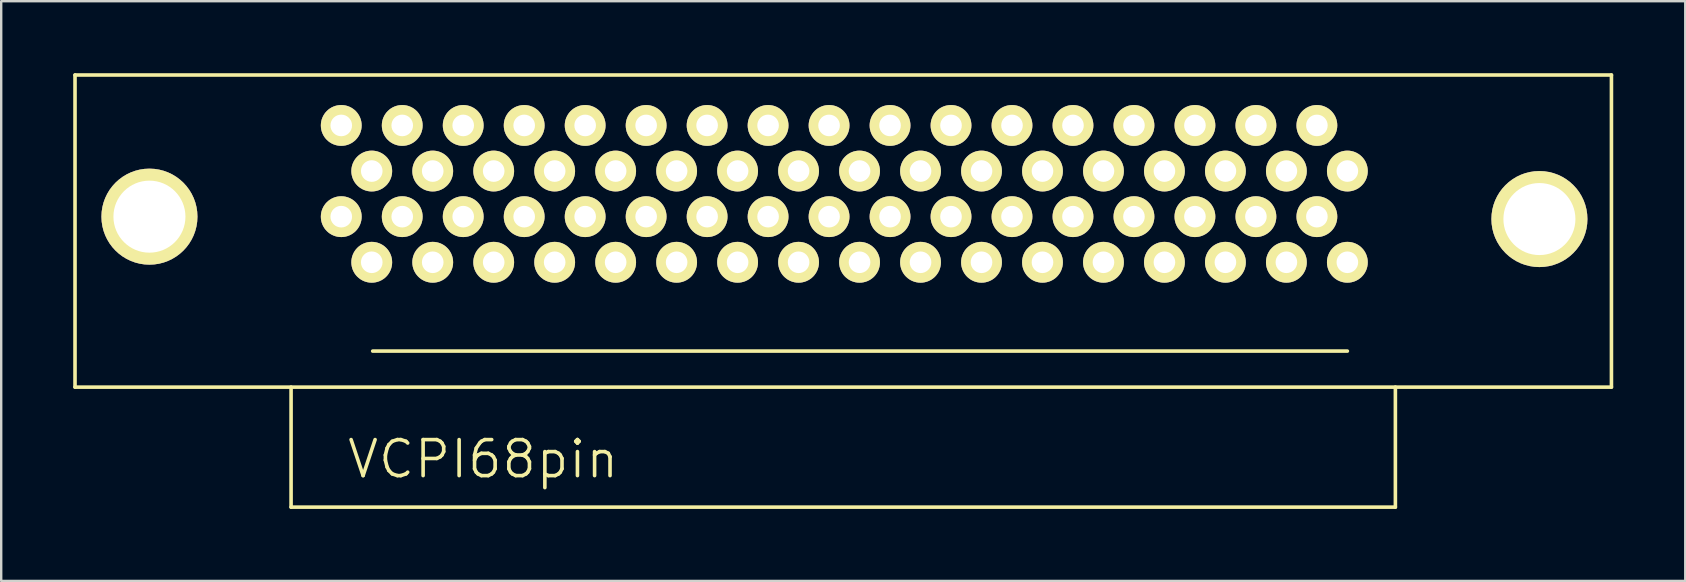
<source format=kicad_pcb>
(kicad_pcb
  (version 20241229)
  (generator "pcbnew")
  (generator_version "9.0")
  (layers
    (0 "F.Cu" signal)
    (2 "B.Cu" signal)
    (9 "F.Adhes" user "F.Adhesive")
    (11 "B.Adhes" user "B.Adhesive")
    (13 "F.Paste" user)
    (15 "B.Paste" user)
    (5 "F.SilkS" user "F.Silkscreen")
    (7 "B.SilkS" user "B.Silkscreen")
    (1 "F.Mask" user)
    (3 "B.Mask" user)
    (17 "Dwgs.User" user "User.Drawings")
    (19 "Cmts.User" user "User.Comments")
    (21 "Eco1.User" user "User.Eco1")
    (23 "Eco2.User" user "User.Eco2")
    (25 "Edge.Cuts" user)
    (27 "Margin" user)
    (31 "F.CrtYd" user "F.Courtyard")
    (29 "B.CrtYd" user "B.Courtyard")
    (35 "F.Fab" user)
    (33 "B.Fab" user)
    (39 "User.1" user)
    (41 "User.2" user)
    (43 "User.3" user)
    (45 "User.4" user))
  (footprint "VCPI68pin"
    (layer "F.Cu")
    (at 32.12 11.725)
    (property "Reference" "VCPI68pin" (at -15.045 4.35 0) (layer "F.SilkS") (effects (font (size 1.5 1.5) (thickness 0.15))))
    (attr through_hole)
    (fp_line (start -32.045 -11.65) (end -32.045 1.35) (stroke (width 0.15) (type solid)) (layer "F.SilkS"))
    (fp_line (start -32.045 1.35) (end 31.955 1.35) (stroke (width 0.15) (type solid)) (layer "F.SilkS"))
    (fp_line (start -23.045 1.35) (end -23.045 6.35) (stroke (width 0.15) (type solid)) (layer "F.SilkS"))
    (fp_line (start -23.045 6.35) (end 22.955 6.35) (stroke (width 0.15) (type solid)) (layer "F.SilkS"))
    (fp_line (start -19.645 -0.15) (end 20.955 -0.15) (stroke (width 0.15) (type solid)) (layer "F.SilkS"))
    (fp_line (start 22.955 6.35) (end 22.955 1.35) (stroke (width 0.15) (type solid)) (layer "F.SilkS"))
    (fp_line (start 31.955 -11.65) (end -32.045 -11.65) (stroke (width 0.15) (type solid)) (layer "F.SilkS"))
    (fp_line (start 31.955 1.35) (end 31.955 -11.65) (stroke (width 0.15) (type solid)) (layer "F.SilkS"))
    (pad "1" thru_hole circle (at 20.955 -7.65) (size 1.7 1.7) (drill 0.9) (layers "*.Cu" "*.Mask" "F.SilkS"))
    (pad "2" thru_hole circle (at 19.685 -9.55) (size 1.7 1.7) (drill 0.9) (layers "*.Cu" "*.Mask" "F.SilkS"))
    (pad "3" thru_hole circle (at 18.415 -7.65) (size 1.7 1.7) (drill 0.9) (layers "*.Cu" "*.Mask" "F.SilkS"))
    (pad "4" thru_hole circle (at 17.145 -9.55) (size 1.7 1.7) (drill 0.9) (layers "*.Cu" "*.Mask" "F.SilkS"))
    (pad "5" thru_hole circle (at 15.875 -7.65) (size 1.7 1.7) (drill 0.9) (layers "*.Cu" "*.Mask" "F.SilkS"))
    (pad "6" thru_hole circle (at 14.605 -9.55) (size 1.7 1.7) (drill 0.9) (layers "*.Cu" "*.Mask" "F.SilkS"))
    (pad "7" thru_hole circle (at 13.335 -7.65) (size 1.7 1.7) (drill 0.9) (layers "*.Cu" "*.Mask" "F.SilkS"))
    (pad "8" thru_hole circle (at 12.065 -9.55) (size 1.7 1.7) (drill 0.9) (layers "*.Cu" "*.Mask" "F.SilkS"))
    (pad "9" thru_hole circle (at 10.795 -7.65) (size 1.7 1.7) (drill 0.9) (layers "*.Cu" "*.Mask" "F.SilkS"))
    (pad "10" thru_hole circle (at 9.525 -9.55) (size 1.7 1.7) (drill 0.9) (layers "*.Cu" "*.Mask" "F.SilkS"))
    (pad "11" thru_hole circle (at 8.255 -7.65) (size 1.7 1.7) (drill 0.9) (layers "*.Cu" "*.Mask" "F.SilkS"))
    (pad "12" thru_hole circle (at 6.985 -9.55) (size 1.7 1.7) (drill 0.9) (layers "*.Cu" "*.Mask" "F.SilkS"))
    (pad "13" thru_hole circle (at 5.715 -7.65) (size 1.7 1.7) (drill 0.9) (layers "*.Cu" "*.Mask" "F.SilkS"))
    (pad "14" thru_hole circle (at 4.445 -9.55) (size 1.7 1.7) (drill 0.9) (layers "*.Cu" "*.Mask" "F.SilkS"))
    (pad "15" thru_hole circle (at 3.175 -7.65) (size 1.7 1.7) (drill 0.9) (layers "*.Cu" "*.Mask" "F.SilkS"))
    (pad "16" thru_hole circle (at 1.905 -9.55) (size 1.7 1.7) (drill 0.9) (layers "*.Cu" "*.Mask" "F.SilkS"))
    (pad "17" thru_hole circle (at 0.635 -7.65) (size 1.7 1.7) (drill 0.9) (layers "*.Cu" "*.Mask" "F.SilkS"))
    (pad "18" thru_hole circle (at -0.635 -9.55) (size 1.7 1.7) (drill 0.9) (layers "*.Cu" "*.Mask" "F.SilkS"))
    (pad "19" thru_hole circle (at -1.905 -7.65) (size 1.7 1.7) (drill 0.9) (layers "*.Cu" "*.Mask" "F.SilkS"))
    (pad "20" thru_hole circle (at -3.175 -9.55) (size 1.7 1.7) (drill 0.9) (layers "*.Cu" "*.Mask" "F.SilkS"))
    (pad "21" thru_hole circle (at -4.445 -7.65) (size 1.7 1.7) (drill 0.9) (layers "*.Cu" "*.Mask" "F.SilkS"))
    (pad "22" thru_hole circle (at -5.715 -9.55) (size 1.7 1.7) (drill 0.9) (layers "*.Cu" "*.Mask" "F.SilkS"))
    (pad "23" thru_hole circle (at -6.985 -7.65) (size 1.7 1.7) (drill 0.9) (layers "*.Cu" "*.Mask" "F.SilkS"))
    (pad "24" thru_hole circle (at -8.255 -9.55) (size 1.7 1.7) (drill 0.9) (layers "*.Cu" "*.Mask" "F.SilkS"))
    (pad "25" thru_hole circle (at -9.525 -7.65) (size 1.7 1.7) (drill 0.9) (layers "*.Cu" "*.Mask" "F.SilkS"))
    (pad "26" thru_hole circle (at -10.795 -9.55) (size 1.7 1.7) (drill 0.9) (layers "*.Cu" "*.Mask" "F.SilkS"))
    (pad "27" thru_hole circle (at -12.065 -7.65) (size 1.7 1.7) (drill 0.9) (layers "*.Cu" "*.Mask" "F.SilkS"))
    (pad "28" thru_hole circle (at -13.335 -9.55) (size 1.7 1.7) (drill 0.9) (layers "*.Cu" "*.Mask" "F.SilkS"))
    (pad "29" thru_hole circle (at -14.605 -7.65) (size 1.7 1.7) (drill 0.9) (layers "*.Cu" "*.Mask" "F.SilkS"))
    (pad "30" thru_hole circle (at -15.875 -9.55) (size 1.7 1.7) (drill 0.9) (layers "*.Cu" "*.Mask" "F.SilkS"))
    (pad "31" thru_hole circle (at -17.145 -7.65) (size 1.7 1.7) (drill 0.9) (layers "*.Cu" "*.Mask" "F.SilkS"))
    (pad "32" thru_hole circle (at -18.415 -9.55) (size 1.7 1.7) (drill 0.9) (layers "*.Cu" "*.Mask" "F.SilkS"))
    (pad "33" thru_hole circle (at -19.685 -7.65) (size 1.7 1.7) (drill 0.9) (layers "*.Cu" "*.Mask" "F.SilkS"))
    (pad "34" thru_hole circle (at -20.955 -9.55) (size 1.7 1.7) (drill 0.9) (layers "*.Cu" "*.Mask" "F.SilkS"))
    (pad "35" thru_hole circle (at 20.955 -3.85) (size 1.7 1.7) (drill 0.9) (layers "*.Cu" "*.Mask" "F.SilkS"))
    (pad "36" thru_hole circle (at 19.685 -5.75) (size 1.7 1.7) (drill 0.9) (layers "*.Cu" "*.Mask" "F.SilkS"))
    (pad "37" thru_hole circle (at 18.415 -3.85) (size 1.7 1.7) (drill 0.9) (layers "*.Cu" "*.Mask" "F.SilkS"))
    (pad "38" thru_hole circle (at 17.145 -5.75) (size 1.7 1.7) (drill 0.9) (layers "*.Cu" "*.Mask" "F.SilkS"))
    (pad "39" thru_hole circle (at 15.875 -3.85) (size 1.7 1.7) (drill 0.9) (layers "*.Cu" "*.Mask" "F.SilkS"))
    (pad "40" thru_hole circle (at 14.605 -5.75) (size 1.7 1.7) (drill 0.9) (layers "*.Cu" "*.Mask" "F.SilkS"))
    (pad "41" thru_hole circle (at 13.335 -3.85) (size 1.7 1.7) (drill 0.9) (layers "*.Cu" "*.Mask" "F.SilkS"))
    (pad "42" thru_hole circle (at 12.065 -5.75) (size 1.7 1.7) (drill 0.9) (layers "*.Cu" "*.Mask" "F.SilkS"))
    (pad "43" thru_hole circle (at 10.795 -3.85) (size 1.7 1.7) (drill 0.9) (layers "*.Cu" "*.Mask" "F.SilkS"))
    (pad "44" thru_hole circle (at 9.525 -5.75) (size 1.7 1.7) (drill 0.9) (layers "*.Cu" "*.Mask" "F.SilkS"))
    (pad "45" thru_hole circle (at 8.255 -3.85) (size 1.7 1.7) (drill 0.9) (layers "*.Cu" "*.Mask" "F.SilkS"))
    (pad "46" thru_hole circle (at 6.985 -5.75) (size 1.7 1.7) (drill 0.9) (layers "*.Cu" "*.Mask" "F.SilkS"))
    (pad "47" thru_hole circle (at 5.715 -3.85) (size 1.7 1.7) (drill 0.9) (layers "*.Cu" "*.Mask" "F.SilkS"))
    (pad "48" thru_hole circle (at 4.445 -5.75) (size 1.7 1.7) (drill 0.9) (layers "*.Cu" "*.Mask" "F.SilkS"))
    (pad "49" thru_hole circle (at 3.175 -3.85) (size 1.7 1.7) (drill 0.9) (layers "*.Cu" "*.Mask" "F.SilkS"))
    (pad "50" thru_hole circle (at 1.905 -5.75) (size 1.7 1.7) (drill 0.9) (layers "*.Cu" "*.Mask" "F.SilkS"))
    (pad "51" thru_hole circle (at 0.635 -3.85) (size 1.7 1.7) (drill 0.9) (layers "*.Cu" "*.Mask" "F.SilkS"))
    (pad "52" thru_hole circle (at -0.635 -5.75) (size 1.7 1.7) (drill 0.9) (layers "*.Cu" "*.Mask" "F.SilkS"))
    (pad "53" thru_hole circle (at -1.905 -3.85) (size 1.7 1.7) (drill 0.9) (layers "*.Cu" "*.Mask" "F.SilkS"))
    (pad "54" thru_hole circle (at -3.175 -5.75) (size 1.7 1.7) (drill 0.9) (layers "*.Cu" "*.Mask" "F.SilkS"))
    (pad "55" thru_hole circle (at -4.445 -3.85) (size 1.7 1.7) (drill 0.9) (layers "*.Cu" "*.Mask" "F.SilkS"))
    (pad "56" thru_hole circle (at -5.715 -5.75) (size 1.7 1.7) (drill 0.9) (layers "*.Cu" "*.Mask" "F.SilkS"))
    (pad "57" thru_hole circle (at -6.985 -3.85) (size 1.7 1.7) (drill 0.9) (layers "*.Cu" "*.Mask" "F.SilkS"))
    (pad "58" thru_hole circle (at -8.255 -5.75) (size 1.7 1.7) (drill 0.9) (layers "*.Cu" "*.Mask" "F.SilkS"))
    (pad "59" thru_hole circle (at -9.525 -3.85) (size 1.7 1.7) (drill 0.9) (layers "*.Cu" "*.Mask" "F.SilkS"))
    (pad "60" thru_hole circle (at -10.795 -5.75) (size 1.7 1.7) (drill 0.9) (layers "*.Cu" "*.Mask" "F.SilkS"))
    (pad "61" thru_hole circle (at -12.065 -3.85) (size 1.7 1.7) (drill 0.9) (layers "*.Cu" "*.Mask" "F.SilkS"))
    (pad "62" thru_hole circle (at -13.335 -5.75) (size 1.7 1.7) (drill 0.9) (layers "*.Cu" "*.Mask" "F.SilkS"))
    (pad "63" thru_hole circle (at -14.605 -3.85) (size 1.7 1.7) (drill 0.9) (layers "*.Cu" "*.Mask" "F.SilkS"))
    (pad "64" thru_hole circle (at -15.875 -5.75) (size 1.7 1.7) (drill 0.9) (layers "*.Cu" "*.Mask" "F.SilkS"))
    (pad "65" thru_hole circle (at -17.145 -3.85) (size 1.7 1.7) (drill 0.9) (layers "*.Cu" "*.Mask" "F.SilkS"))
    (pad "66" thru_hole circle (at -18.415 -5.75) (size 1.7 1.7) (drill 0.9) (layers "*.Cu" "*.Mask" "F.SilkS"))
    (pad "67" thru_hole circle (at -19.685 -3.85) (size 1.7 1.7) (drill 0.9) (layers "*.Cu" "*.Mask" "F.SilkS"))
    (pad "68" thru_hole circle (at -20.955 -5.75) (size 1.7 1.7) (drill 0.9) (layers "*.Cu" "*.Mask" "F.SilkS"))
    (pad "69" thru_hole circle (at 28.955 -5.65) (size 4 4) (drill 3) (layers "*.Cu" "*.Mask" "F.SilkS"))
    (pad "70" thru_hole circle (at -28.945 -5.75) (size 4 4) (drill 3) (layers "*.Cu" "*.Mask" "F.SilkS")))
  (gr_rect
    (start -3 -3)
    (end 67.15 21.15)
    (stroke (width 0.1) (type default))
    (fill no)
    (layer "Edge.Cuts")))
</source>
